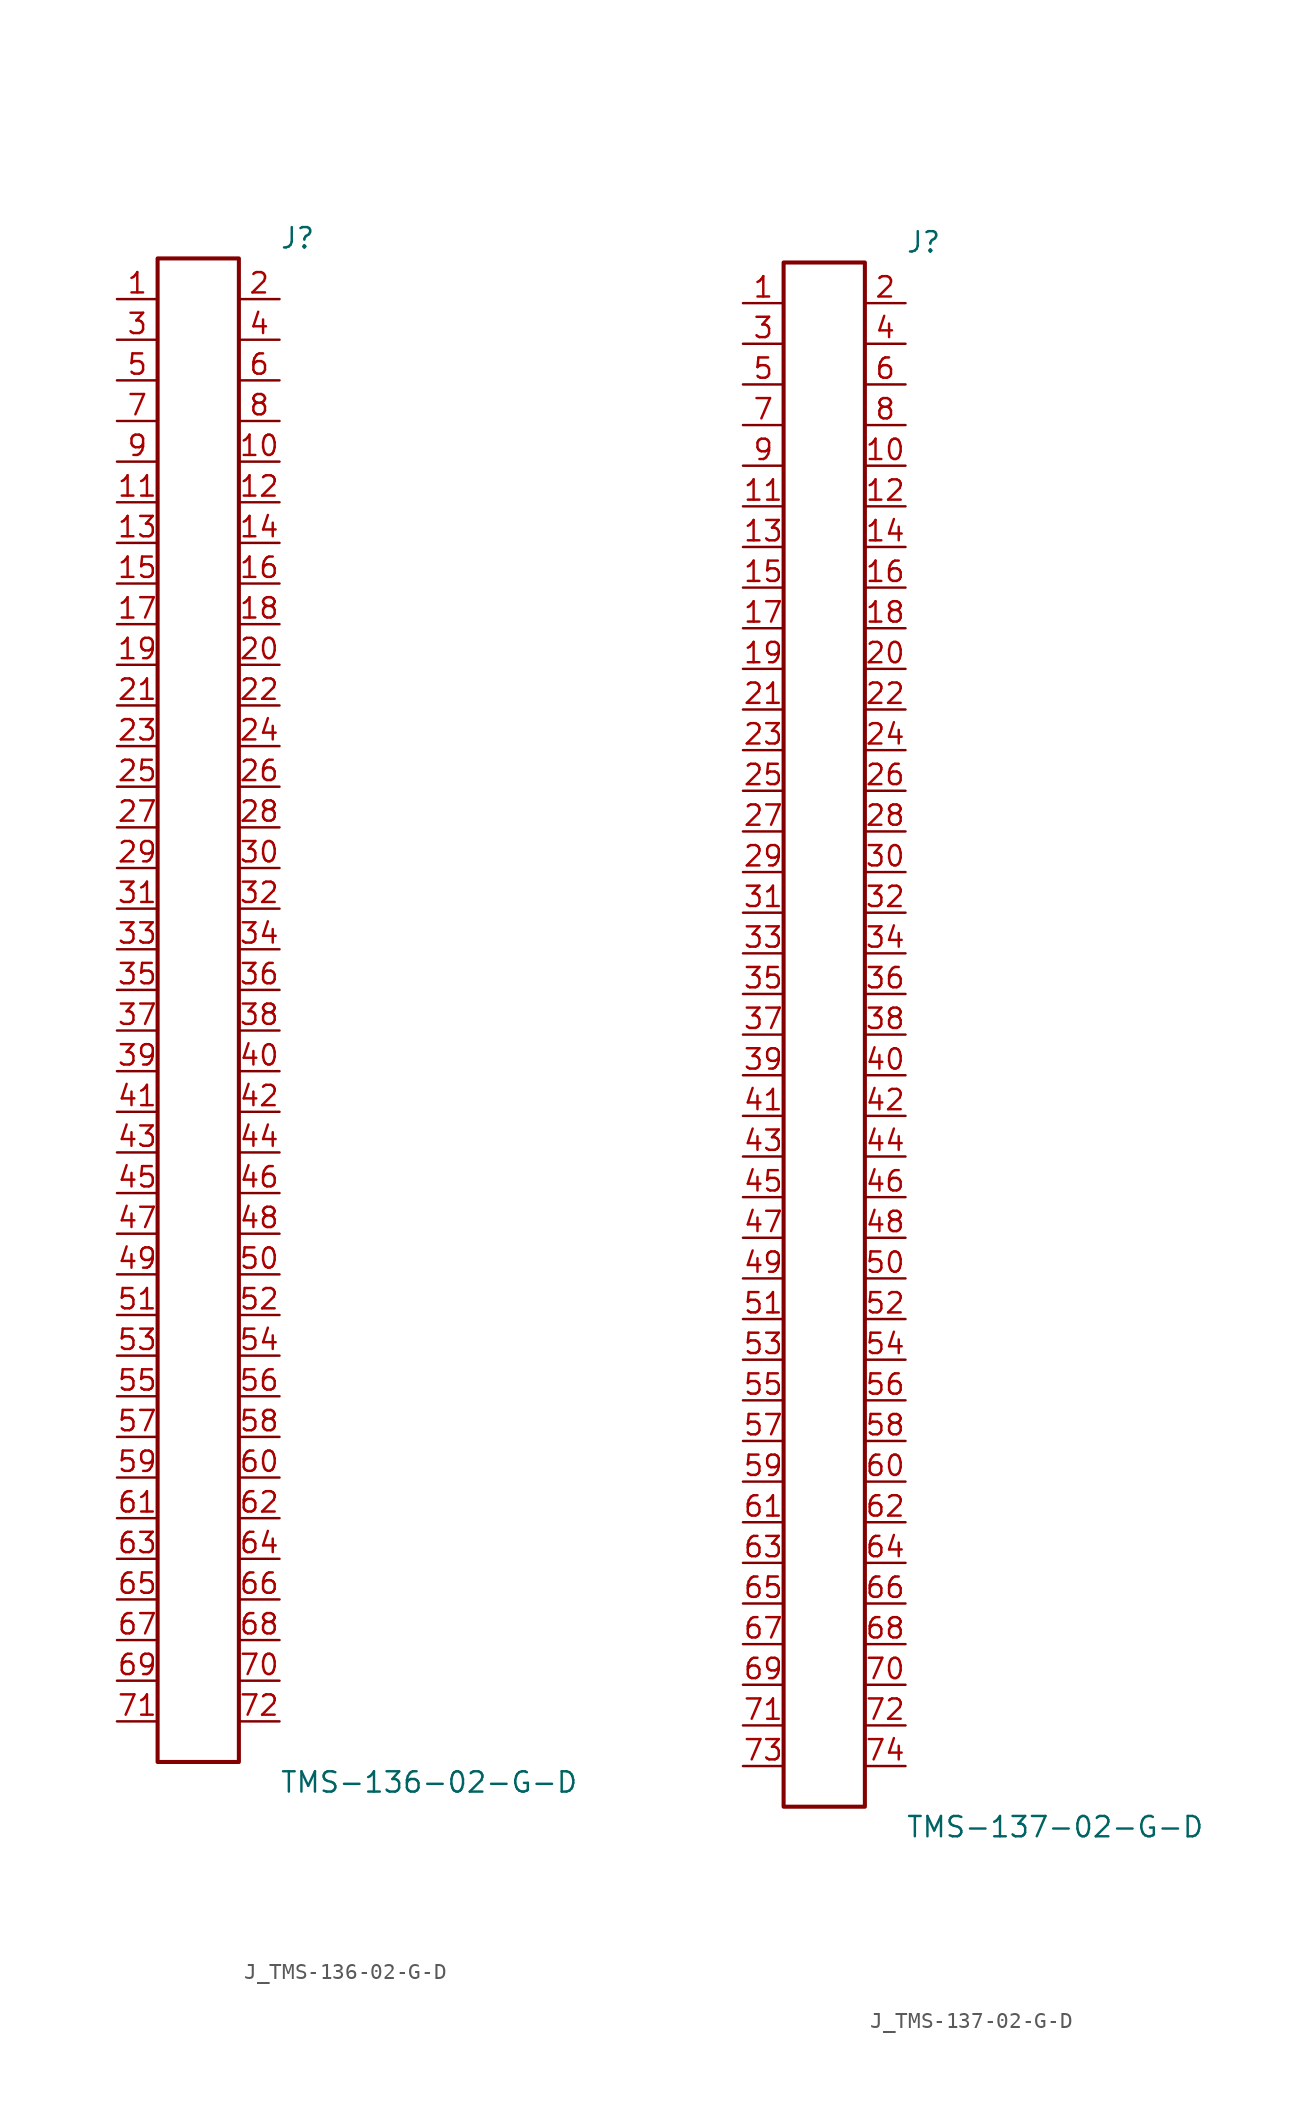
<source format=kicad_sym>
(kicad_symbol_lib
  (version 20231120)
  (generator kicad_symbol_editor)
  (generator_version 8.0)
  (symbol "J_TMS-136-02-G-D"
    (pin_names
      (offset 0.254))
    (property "Reference" "J"
      (at 5.08 48.26 0)
      (effects (font (size 1.27 1.27)) (justify left)))
    (property "Value" "TMS-136-02-G-D"
      (at 5.08 -48.26 0)
      (effects (font (size 1.27 1.27)) (justify left)))
    (symbol "J_TMS-136-02-G-D_0_0"
      (pin unspecified line (at -5.08 44.45 0) (length 2.54) (name "" (effects (font (size 1.27 1.27)))) (number "1" (effects (font (size 1.27 1.27)))))
      (pin unspecified line (at 5.08 44.45 180) (length 2.54) (name "" (effects (font (size 1.27 1.27)))) (number "2" (effects (font (size 1.27 1.27)))))
      (pin unspecified line (at -5.08 41.91 0) (length 2.54) (name "" (effects (font (size 1.27 1.27)))) (number "3" (effects (font (size 1.27 1.27)))))
      (pin unspecified line (at 5.08 41.91 180) (length 2.54) (name "" (effects (font (size 1.27 1.27)))) (number "4" (effects (font (size 1.27 1.27)))))
      (pin unspecified line (at -5.08 39.37 0) (length 2.54) (name "" (effects (font (size 1.27 1.27)))) (number "5" (effects (font (size 1.27 1.27)))))
      (pin unspecified line (at 5.08 39.37 180) (length 2.54) (name "" (effects (font (size 1.27 1.27)))) (number "6" (effects (font (size 1.27 1.27)))))
      (pin unspecified line (at -5.08 36.83 0) (length 2.54) (name "" (effects (font (size 1.27 1.27)))) (number "7" (effects (font (size 1.27 1.27)))))
      (pin unspecified line (at 5.08 36.83 180) (length 2.54) (name "" (effects (font (size 1.27 1.27)))) (number "8" (effects (font (size 1.27 1.27)))))
      (pin unspecified line (at -5.08 34.29 0) (length 2.54) (name "" (effects (font (size 1.27 1.27)))) (number "9" (effects (font (size 1.27 1.27)))))
      (pin unspecified line (at 5.08 34.29 180) (length 2.54) (name "" (effects (font (size 1.27 1.27)))) (number "10" (effects (font (size 1.27 1.27)))))
      (pin unspecified line (at -5.08 31.75 0) (length 2.54) (name "" (effects (font (size 1.27 1.27)))) (number "11" (effects (font (size 1.27 1.27)))))
      (pin unspecified line (at 5.08 31.75 180) (length 2.54) (name "" (effects (font (size 1.27 1.27)))) (number "12" (effects (font (size 1.27 1.27)))))
      (pin unspecified line (at -5.08 29.21 0) (length 2.54) (name "" (effects (font (size 1.27 1.27)))) (number "13" (effects (font (size 1.27 1.27)))))
      (pin unspecified line (at 5.08 29.21 180) (length 2.54) (name "" (effects (font (size 1.27 1.27)))) (number "14" (effects (font (size 1.27 1.27)))))
      (pin unspecified line (at -5.08 26.67 0) (length 2.54) (name "" (effects (font (size 1.27 1.27)))) (number "15" (effects (font (size 1.27 1.27)))))
      (pin unspecified line (at 5.08 26.67 180) (length 2.54) (name "" (effects (font (size 1.27 1.27)))) (number "16" (effects (font (size 1.27 1.27)))))
      (pin unspecified line (at -5.08 24.13 0) (length 2.54) (name "" (effects (font (size 1.27 1.27)))) (number "17" (effects (font (size 1.27 1.27)))))
      (pin unspecified line (at 5.08 24.13 180) (length 2.54) (name "" (effects (font (size 1.27 1.27)))) (number "18" (effects (font (size 1.27 1.27)))))
      (pin unspecified line (at -5.08 21.59 0) (length 2.54) (name "" (effects (font (size 1.27 1.27)))) (number "19" (effects (font (size 1.27 1.27)))))
      (pin unspecified line (at 5.08 21.59 180) (length 2.54) (name "" (effects (font (size 1.27 1.27)))) (number "20" (effects (font (size 1.27 1.27)))))
      (pin unspecified line (at -5.08 19.05 0) (length 2.54) (name "" (effects (font (size 1.27 1.27)))) (number "21" (effects (font (size 1.27 1.27)))))
      (pin unspecified line (at 5.08 19.05 180) (length 2.54) (name "" (effects (font (size 1.27 1.27)))) (number "22" (effects (font (size 1.27 1.27)))))
      (pin unspecified line (at -5.08 16.51 0) (length 2.54) (name "" (effects (font (size 1.27 1.27)))) (number "23" (effects (font (size 1.27 1.27)))))
      (pin unspecified line (at 5.08 16.51 180) (length 2.54) (name "" (effects (font (size 1.27 1.27)))) (number "24" (effects (font (size 1.27 1.27)))))
      (pin unspecified line (at -5.08 13.97 0) (length 2.54) (name "" (effects (font (size 1.27 1.27)))) (number "25" (effects (font (size 1.27 1.27)))))
      (pin unspecified line (at 5.08 13.97 180) (length 2.54) (name "" (effects (font (size 1.27 1.27)))) (number "26" (effects (font (size 1.27 1.27)))))
      (pin unspecified line (at -5.08 11.43 0) (length 2.54) (name "" (effects (font (size 1.27 1.27)))) (number "27" (effects (font (size 1.27 1.27)))))
      (pin unspecified line (at 5.08 11.43 180) (length 2.54) (name "" (effects (font (size 1.27 1.27)))) (number "28" (effects (font (size 1.27 1.27)))))
      (pin unspecified line (at -5.08 8.89 0) (length 2.54) (name "" (effects (font (size 1.27 1.27)))) (number "29" (effects (font (size 1.27 1.27)))))
      (pin unspecified line (at 5.08 8.89 180) (length 2.54) (name "" (effects (font (size 1.27 1.27)))) (number "30" (effects (font (size 1.27 1.27)))))
      (pin unspecified line (at -5.08 6.35 0) (length 2.54) (name "" (effects (font (size 1.27 1.27)))) (number "31" (effects (font (size 1.27 1.27)))))
      (pin unspecified line (at 5.08 6.35 180) (length 2.54) (name "" (effects (font (size 1.27 1.27)))) (number "32" (effects (font (size 1.27 1.27)))))
      (pin unspecified line (at -5.08 3.81 0) (length 2.54) (name "" (effects (font (size 1.27 1.27)))) (number "33" (effects (font (size 1.27 1.27)))))
      (pin unspecified line (at 5.08 3.81 180) (length 2.54) (name "" (effects (font (size 1.27 1.27)))) (number "34" (effects (font (size 1.27 1.27)))))
      (pin unspecified line (at -5.08 1.27 0) (length 2.54) (name "" (effects (font (size 1.27 1.27)))) (number "35" (effects (font (size 1.27 1.27)))))
      (pin unspecified line (at 5.08 1.27 180) (length 2.54) (name "" (effects (font (size 1.27 1.27)))) (number "36" (effects (font (size 1.27 1.27)))))
      (pin unspecified line (at -5.08 -1.27 0) (length 2.54) (name "" (effects (font (size 1.27 1.27)))) (number "37" (effects (font (size 1.27 1.27)))))
      (pin unspecified line (at 5.08 -1.27 180) (length 2.54) (name "" (effects (font (size 1.27 1.27)))) (number "38" (effects (font (size 1.27 1.27)))))
      (pin unspecified line (at -5.08 -3.81 0) (length 2.54) (name "" (effects (font (size 1.27 1.27)))) (number "39" (effects (font (size 1.27 1.27)))))
      (pin unspecified line (at 5.08 -3.81 180) (length 2.54) (name "" (effects (font (size 1.27 1.27)))) (number "40" (effects (font (size 1.27 1.27)))))
      (pin unspecified line (at -5.08 -6.35 0) (length 2.54) (name "" (effects (font (size 1.27 1.27)))) (number "41" (effects (font (size 1.27 1.27)))))
      (pin unspecified line (at 5.08 -6.35 180) (length 2.54) (name "" (effects (font (size 1.27 1.27)))) (number "42" (effects (font (size 1.27 1.27)))))
      (pin unspecified line (at -5.08 -8.89 0) (length 2.54) (name "" (effects (font (size 1.27 1.27)))) (number "43" (effects (font (size 1.27 1.27)))))
      (pin unspecified line (at 5.08 -8.89 180) (length 2.54) (name "" (effects (font (size 1.27 1.27)))) (number "44" (effects (font (size 1.27 1.27)))))
      (pin unspecified line (at -5.08 -11.43 0) (length 2.54) (name "" (effects (font (size 1.27 1.27)))) (number "45" (effects (font (size 1.27 1.27)))))
      (pin unspecified line (at 5.08 -11.43 180) (length 2.54) (name "" (effects (font (size 1.27 1.27)))) (number "46" (effects (font (size 1.27 1.27)))))
      (pin unspecified line (at -5.08 -13.97 0) (length 2.54) (name "" (effects (font (size 1.27 1.27)))) (number "47" (effects (font (size 1.27 1.27)))))
      (pin unspecified line (at 5.08 -13.97 180) (length 2.54) (name "" (effects (font (size 1.27 1.27)))) (number "48" (effects (font (size 1.27 1.27)))))
      (pin unspecified line (at -5.08 -16.51 0) (length 2.54) (name "" (effects (font (size 1.27 1.27)))) (number "49" (effects (font (size 1.27 1.27)))))
      (pin unspecified line (at 5.08 -16.51 180) (length 2.54) (name "" (effects (font (size 1.27 1.27)))) (number "50" (effects (font (size 1.27 1.27)))))
      (pin unspecified line (at -5.08 -19.05 0) (length 2.54) (name "" (effects (font (size 1.27 1.27)))) (number "51" (effects (font (size 1.27 1.27)))))
      (pin unspecified line (at 5.08 -19.05 180) (length 2.54) (name "" (effects (font (size 1.27 1.27)))) (number "52" (effects (font (size 1.27 1.27)))))
      (pin unspecified line (at -5.08 -21.59 0) (length 2.54) (name "" (effects (font (size 1.27 1.27)))) (number "53" (effects (font (size 1.27 1.27)))))
      (pin unspecified line (at 5.08 -21.59 180) (length 2.54) (name "" (effects (font (size 1.27 1.27)))) (number "54" (effects (font (size 1.27 1.27)))))
      (pin unspecified line (at -5.08 -24.13 0) (length 2.54) (name "" (effects (font (size 1.27 1.27)))) (number "55" (effects (font (size 1.27 1.27)))))
      (pin unspecified line (at 5.08 -24.13 180) (length 2.54) (name "" (effects (font (size 1.27 1.27)))) (number "56" (effects (font (size 1.27 1.27)))))
      (pin unspecified line (at -5.08 -26.67 0) (length 2.54) (name "" (effects (font (size 1.27 1.27)))) (number "57" (effects (font (size 1.27 1.27)))))
      (pin unspecified line (at 5.08 -26.67 180) (length 2.54) (name "" (effects (font (size 1.27 1.27)))) (number "58" (effects (font (size 1.27 1.27)))))
      (pin unspecified line (at -5.08 -29.21 0) (length 2.54) (name "" (effects (font (size 1.27 1.27)))) (number "59" (effects (font (size 1.27 1.27)))))
      (pin unspecified line (at 5.08 -29.21 180) (length 2.54) (name "" (effects (font (size 1.27 1.27)))) (number "60" (effects (font (size 1.27 1.27)))))
      (pin unspecified line (at -5.08 -31.75 0) (length 2.54) (name "" (effects (font (size 1.27 1.27)))) (number "61" (effects (font (size 1.27 1.27)))))
      (pin unspecified line (at 5.08 -31.75 180) (length 2.54) (name "" (effects (font (size 1.27 1.27)))) (number "62" (effects (font (size 1.27 1.27)))))
      (pin unspecified line (at -5.08 -34.29 0) (length 2.54) (name "" (effects (font (size 1.27 1.27)))) (number "63" (effects (font (size 1.27 1.27)))))
      (pin unspecified line (at 5.08 -34.29 180) (length 2.54) (name "" (effects (font (size 1.27 1.27)))) (number "64" (effects (font (size 1.27 1.27)))))
      (pin unspecified line (at -5.08 -36.83 0) (length 2.54) (name "" (effects (font (size 1.27 1.27)))) (number "65" (effects (font (size 1.27 1.27)))))
      (pin unspecified line (at 5.08 -36.83 180) (length 2.54) (name "" (effects (font (size 1.27 1.27)))) (number "66" (effects (font (size 1.27 1.27)))))
      (pin unspecified line (at -5.08 -39.37 0) (length 2.54) (name "" (effects (font (size 1.27 1.27)))) (number "67" (effects (font (size 1.27 1.27)))))
      (pin unspecified line (at 5.08 -39.37 180) (length 2.54) (name "" (effects (font (size 1.27 1.27)))) (number "68" (effects (font (size 1.27 1.27)))))
      (pin unspecified line (at -5.08 -41.91 0) (length 2.54) (name "" (effects (font (size 1.27 1.27)))) (number "69" (effects (font (size 1.27 1.27)))))
      (pin unspecified line (at 5.08 -41.91 180) (length 2.54) (name "" (effects (font (size 1.27 1.27)))) (number "70" (effects (font (size 1.27 1.27)))))
      (pin unspecified line (at -5.08 -44.45 0) (length 2.54) (name "" (effects (font (size 1.27 1.27)))) (number "71" (effects (font (size 1.27 1.27)))))
      (pin unspecified line (at 5.08 -44.45 180) (length 2.54) (name "" (effects (font (size 1.27 1.27)))) (number "72" (effects (font (size 1.27 1.27))))))
    (symbol "J_TMS-136-02-G-D_1_0"
      (rectangle (start -2.54 46.99) (end 2.54 -46.99) (stroke (width 0.254) (type solid)) (fill (type none)))))
  (symbol "J_TMS-137-02-G-D"
    (pin_names
      (offset 0.254))
    (property "Reference" "J"
      (at 5.08 49.53 0)
      (effects (font (size 1.27 1.27)) (justify left)))
    (property "Value" "TMS-137-02-G-D"
      (at 5.08 -49.53 0)
      (effects (font (size 1.27 1.27)) (justify left)))
    (symbol "J_TMS-137-02-G-D_0_0"
      (pin unspecified line (at -5.08 45.72 0) (length 2.54) (name "" (effects (font (size 1.27 1.27)))) (number "1" (effects (font (size 1.27 1.27)))))
      (pin unspecified line (at 5.08 45.72 180) (length 2.54) (name "" (effects (font (size 1.27 1.27)))) (number "2" (effects (font (size 1.27 1.27)))))
      (pin unspecified line (at -5.08 43.18 0) (length 2.54) (name "" (effects (font (size 1.27 1.27)))) (number "3" (effects (font (size 1.27 1.27)))))
      (pin unspecified line (at 5.08 43.18 180) (length 2.54) (name "" (effects (font (size 1.27 1.27)))) (number "4" (effects (font (size 1.27 1.27)))))
      (pin unspecified line (at -5.08 40.64 0) (length 2.54) (name "" (effects (font (size 1.27 1.27)))) (number "5" (effects (font (size 1.27 1.27)))))
      (pin unspecified line (at 5.08 40.64 180) (length 2.54) (name "" (effects (font (size 1.27 1.27)))) (number "6" (effects (font (size 1.27 1.27)))))
      (pin unspecified line (at -5.08 38.1 0) (length 2.54) (name "" (effects (font (size 1.27 1.27)))) (number "7" (effects (font (size 1.27 1.27)))))
      (pin unspecified line (at 5.08 38.1 180) (length 2.54) (name "" (effects (font (size 1.27 1.27)))) (number "8" (effects (font (size 1.27 1.27)))))
      (pin unspecified line (at -5.08 35.56 0) (length 2.54) (name "" (effects (font (size 1.27 1.27)))) (number "9" (effects (font (size 1.27 1.27)))))
      (pin unspecified line (at 5.08 35.56 180) (length 2.54) (name "" (effects (font (size 1.27 1.27)))) (number "10" (effects (font (size 1.27 1.27)))))
      (pin unspecified line (at -5.08 33.02 0) (length 2.54) (name "" (effects (font (size 1.27 1.27)))) (number "11" (effects (font (size 1.27 1.27)))))
      (pin unspecified line (at 5.08 33.02 180) (length 2.54) (name "" (effects (font (size 1.27 1.27)))) (number "12" (effects (font (size 1.27 1.27)))))
      (pin unspecified line (at -5.08 30.48 0) (length 2.54) (name "" (effects (font (size 1.27 1.27)))) (number "13" (effects (font (size 1.27 1.27)))))
      (pin unspecified line (at 5.08 30.48 180) (length 2.54) (name "" (effects (font (size 1.27 1.27)))) (number "14" (effects (font (size 1.27 1.27)))))
      (pin unspecified line (at -5.08 27.94 0) (length 2.54) (name "" (effects (font (size 1.27 1.27)))) (number "15" (effects (font (size 1.27 1.27)))))
      (pin unspecified line (at 5.08 27.94 180) (length 2.54) (name "" (effects (font (size 1.27 1.27)))) (number "16" (effects (font (size 1.27 1.27)))))
      (pin unspecified line (at -5.08 25.4 0) (length 2.54) (name "" (effects (font (size 1.27 1.27)))) (number "17" (effects (font (size 1.27 1.27)))))
      (pin unspecified line (at 5.08 25.4 180) (length 2.54) (name "" (effects (font (size 1.27 1.27)))) (number "18" (effects (font (size 1.27 1.27)))))
      (pin unspecified line (at -5.08 22.86 0) (length 2.54) (name "" (effects (font (size 1.27 1.27)))) (number "19" (effects (font (size 1.27 1.27)))))
      (pin unspecified line (at 5.08 22.86 180) (length 2.54) (name "" (effects (font (size 1.27 1.27)))) (number "20" (effects (font (size 1.27 1.27)))))
      (pin unspecified line (at -5.08 20.32 0) (length 2.54) (name "" (effects (font (size 1.27 1.27)))) (number "21" (effects (font (size 1.27 1.27)))))
      (pin unspecified line (at 5.08 20.32 180) (length 2.54) (name "" (effects (font (size 1.27 1.27)))) (number "22" (effects (font (size 1.27 1.27)))))
      (pin unspecified line (at -5.08 17.78 0) (length 2.54) (name "" (effects (font (size 1.27 1.27)))) (number "23" (effects (font (size 1.27 1.27)))))
      (pin unspecified line (at 5.08 17.78 180) (length 2.54) (name "" (effects (font (size 1.27 1.27)))) (number "24" (effects (font (size 1.27 1.27)))))
      (pin unspecified line (at -5.08 15.24 0) (length 2.54) (name "" (effects (font (size 1.27 1.27)))) (number "25" (effects (font (size 1.27 1.27)))))
      (pin unspecified line (at 5.08 15.24 180) (length 2.54) (name "" (effects (font (size 1.27 1.27)))) (number "26" (effects (font (size 1.27 1.27)))))
      (pin unspecified line (at -5.08 12.7 0) (length 2.54) (name "" (effects (font (size 1.27 1.27)))) (number "27" (effects (font (size 1.27 1.27)))))
      (pin unspecified line (at 5.08 12.7 180) (length 2.54) (name "" (effects (font (size 1.27 1.27)))) (number "28" (effects (font (size 1.27 1.27)))))
      (pin unspecified line (at -5.08 10.16 0) (length 2.54) (name "" (effects (font (size 1.27 1.27)))) (number "29" (effects (font (size 1.27 1.27)))))
      (pin unspecified line (at 5.08 10.16 180) (length 2.54) (name "" (effects (font (size 1.27 1.27)))) (number "30" (effects (font (size 1.27 1.27)))))
      (pin unspecified line (at -5.08 7.62 0) (length 2.54) (name "" (effects (font (size 1.27 1.27)))) (number "31" (effects (font (size 1.27 1.27)))))
      (pin unspecified line (at 5.08 7.62 180) (length 2.54) (name "" (effects (font (size 1.27 1.27)))) (number "32" (effects (font (size 1.27 1.27)))))
      (pin unspecified line (at -5.08 5.08 0) (length 2.54) (name "" (effects (font (size 1.27 1.27)))) (number "33" (effects (font (size 1.27 1.27)))))
      (pin unspecified line (at 5.08 5.08 180) (length 2.54) (name "" (effects (font (size 1.27 1.27)))) (number "34" (effects (font (size 1.27 1.27)))))
      (pin unspecified line (at -5.08 2.54 0) (length 2.54) (name "" (effects (font (size 1.27 1.27)))) (number "35" (effects (font (size 1.27 1.27)))))
      (pin unspecified line (at 5.08 2.54 180) (length 2.54) (name "" (effects (font (size 1.27 1.27)))) (number "36" (effects (font (size 1.27 1.27)))))
      (pin unspecified line (at -5.08 0.0 0) (length 2.54) (name "" (effects (font (size 1.27 1.27)))) (number "37" (effects (font (size 1.27 1.27)))))
      (pin unspecified line (at 5.08 0.0 180) (length 2.54) (name "" (effects (font (size 1.27 1.27)))) (number "38" (effects (font (size 1.27 1.27)))))
      (pin unspecified line (at -5.08 -2.54 0) (length 2.54) (name "" (effects (font (size 1.27 1.27)))) (number "39" (effects (font (size 1.27 1.27)))))
      (pin unspecified line (at 5.08 -2.54 180) (length 2.54) (name "" (effects (font (size 1.27 1.27)))) (number "40" (effects (font (size 1.27 1.27)))))
      (pin unspecified line (at -5.08 -5.08 0) (length 2.54) (name "" (effects (font (size 1.27 1.27)))) (number "41" (effects (font (size 1.27 1.27)))))
      (pin unspecified line (at 5.08 -5.08 180) (length 2.54) (name "" (effects (font (size 1.27 1.27)))) (number "42" (effects (font (size 1.27 1.27)))))
      (pin unspecified line (at -5.08 -7.62 0) (length 2.54) (name "" (effects (font (size 1.27 1.27)))) (number "43" (effects (font (size 1.27 1.27)))))
      (pin unspecified line (at 5.08 -7.62 180) (length 2.54) (name "" (effects (font (size 1.27 1.27)))) (number "44" (effects (font (size 1.27 1.27)))))
      (pin unspecified line (at -5.08 -10.16 0) (length 2.54) (name "" (effects (font (size 1.27 1.27)))) (number "45" (effects (font (size 1.27 1.27)))))
      (pin unspecified line (at 5.08 -10.16 180) (length 2.54) (name "" (effects (font (size 1.27 1.27)))) (number "46" (effects (font (size 1.27 1.27)))))
      (pin unspecified line (at -5.08 -12.7 0) (length 2.54) (name "" (effects (font (size 1.27 1.27)))) (number "47" (effects (font (size 1.27 1.27)))))
      (pin unspecified line (at 5.08 -12.7 180) (length 2.54) (name "" (effects (font (size 1.27 1.27)))) (number "48" (effects (font (size 1.27 1.27)))))
      (pin unspecified line (at -5.08 -15.24 0) (length 2.54) (name "" (effects (font (size 1.27 1.27)))) (number "49" (effects (font (size 1.27 1.27)))))
      (pin unspecified line (at 5.08 -15.24 180) (length 2.54) (name "" (effects (font (size 1.27 1.27)))) (number "50" (effects (font (size 1.27 1.27)))))
      (pin unspecified line (at -5.08 -17.78 0) (length 2.54) (name "" (effects (font (size 1.27 1.27)))) (number "51" (effects (font (size 1.27 1.27)))))
      (pin unspecified line (at 5.08 -17.78 180) (length 2.54) (name "" (effects (font (size 1.27 1.27)))) (number "52" (effects (font (size 1.27 1.27)))))
      (pin unspecified line (at -5.08 -20.32 0) (length 2.54) (name "" (effects (font (size 1.27 1.27)))) (number "53" (effects (font (size 1.27 1.27)))))
      (pin unspecified line (at 5.08 -20.32 180) (length 2.54) (name "" (effects (font (size 1.27 1.27)))) (number "54" (effects (font (size 1.27 1.27)))))
      (pin unspecified line (at -5.08 -22.86 0) (length 2.54) (name "" (effects (font (size 1.27 1.27)))) (number "55" (effects (font (size 1.27 1.27)))))
      (pin unspecified line (at 5.08 -22.86 180) (length 2.54) (name "" (effects (font (size 1.27 1.27)))) (number "56" (effects (font (size 1.27 1.27)))))
      (pin unspecified line (at -5.08 -25.4 0) (length 2.54) (name "" (effects (font (size 1.27 1.27)))) (number "57" (effects (font (size 1.27 1.27)))))
      (pin unspecified line (at 5.08 -25.4 180) (length 2.54) (name "" (effects (font (size 1.27 1.27)))) (number "58" (effects (font (size 1.27 1.27)))))
      (pin unspecified line (at -5.08 -27.94 0) (length 2.54) (name "" (effects (font (size 1.27 1.27)))) (number "59" (effects (font (size 1.27 1.27)))))
      (pin unspecified line (at 5.08 -27.94 180) (length 2.54) (name "" (effects (font (size 1.27 1.27)))) (number "60" (effects (font (size 1.27 1.27)))))
      (pin unspecified line (at -5.08 -30.48 0) (length 2.54) (name "" (effects (font (size 1.27 1.27)))) (number "61" (effects (font (size 1.27 1.27)))))
      (pin unspecified line (at 5.08 -30.48 180) (length 2.54) (name "" (effects (font (size 1.27 1.27)))) (number "62" (effects (font (size 1.27 1.27)))))
      (pin unspecified line (at -5.08 -33.02 0) (length 2.54) (name "" (effects (font (size 1.27 1.27)))) (number "63" (effects (font (size 1.27 1.27)))))
      (pin unspecified line (at 5.08 -33.02 180) (length 2.54) (name "" (effects (font (size 1.27 1.27)))) (number "64" (effects (font (size 1.27 1.27)))))
      (pin unspecified line (at -5.08 -35.56 0) (length 2.54) (name "" (effects (font (size 1.27 1.27)))) (number "65" (effects (font (size 1.27 1.27)))))
      (pin unspecified line (at 5.08 -35.56 180) (length 2.54) (name "" (effects (font (size 1.27 1.27)))) (number "66" (effects (font (size 1.27 1.27)))))
      (pin unspecified line (at -5.08 -38.1 0) (length 2.54) (name "" (effects (font (size 1.27 1.27)))) (number "67" (effects (font (size 1.27 1.27)))))
      (pin unspecified line (at 5.08 -38.1 180) (length 2.54) (name "" (effects (font (size 1.27 1.27)))) (number "68" (effects (font (size 1.27 1.27)))))
      (pin unspecified line (at -5.08 -40.64 0) (length 2.54) (name "" (effects (font (size 1.27 1.27)))) (number "69" (effects (font (size 1.27 1.27)))))
      (pin unspecified line (at 5.08 -40.64 180) (length 2.54) (name "" (effects (font (size 1.27 1.27)))) (number "70" (effects (font (size 1.27 1.27)))))
      (pin unspecified line (at -5.08 -43.18 0) (length 2.54) (name "" (effects (font (size 1.27 1.27)))) (number "71" (effects (font (size 1.27 1.27)))))
      (pin unspecified line (at 5.08 -43.18 180) (length 2.54) (name "" (effects (font (size 1.27 1.27)))) (number "72" (effects (font (size 1.27 1.27)))))
      (pin unspecified line (at -5.08 -45.72 0) (length 2.54) (name "" (effects (font (size 1.27 1.27)))) (number "73" (effects (font (size 1.27 1.27)))))
      (pin unspecified line (at 5.08 -45.72 180) (length 2.54) (name "" (effects (font (size 1.27 1.27)))) (number "74" (effects (font (size 1.27 1.27))))))
    (symbol "J_TMS-137-02-G-D_1_0"
      (rectangle (start -2.54 48.26) (end 2.54 -48.26) (stroke (width 0.254) (type solid)) (fill (type none))))))
</source>
